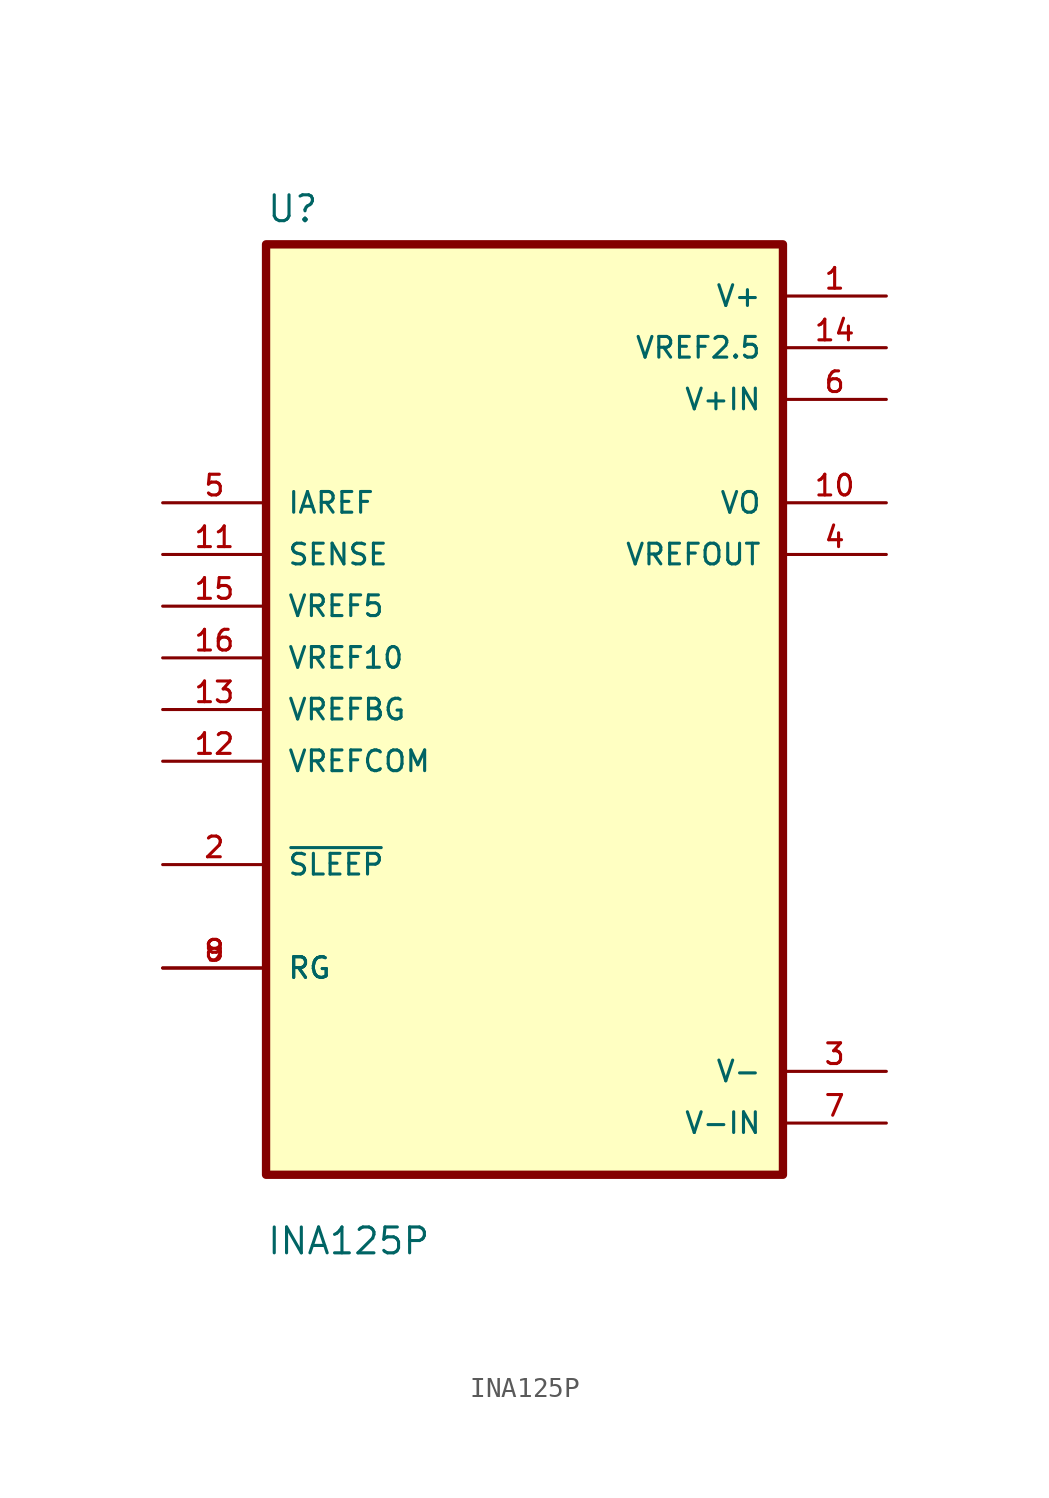
<source format=kicad_sym>
(kicad_symbol_lib
  (version 20231120)
  (generator "kicad_symbol_editor")
  (generator_version "8.0")
  (symbol "INA125P"
    (pin_names
      (offset 1.016))
    (property "Reference" "U"
      (at -12.7 23.86 0)
      (effects (font (size 1.27 1.27)) (justify left bottom)))
    (property "Value" "INA125P"
      (at -12.7 -26.86 0)
      (effects (font (size 1.27 1.27)) (justify left bottom)))
    (symbol "INA125P_0_0"
      (rectangle (start -12.7 -22.86) (end 12.7 22.86) (stroke (width 0.41) (type default)) (fill (type background)))
      (pin power_in line (at 17.78 20.32 180) (length 5.08) (name "V+" (effects (font (size 1.016 1.016)))) (number "1" (effects (font (size 1.016 1.016)))))
      (pin output line (at 17.78 10.16 180) (length 5.08) (name "VO" (effects (font (size 1.016 1.016)))) (number "10" (effects (font (size 1.016 1.016)))))
      (pin input line (at -17.78 7.62 0) (length 5.08) (name "SENSE" (effects (font (size 1.016 1.016)))) (number "11" (effects (font (size 1.016 1.016)))))
      (pin input line (at -17.78 -2.54 0) (length 5.08) (name "VREFCOM" (effects (font (size 1.016 1.016)))) (number "12" (effects (font (size 1.016 1.016)))))
      (pin input line (at -17.78 0 0) (length 5.08) (name "VREFBG" (effects (font (size 1.016 1.016)))) (number "13" (effects (font (size 1.016 1.016)))))
      (pin power_in line (at 17.78 17.78 180) (length 5.08) (name "VREF2.5" (effects (font (size 1.016 1.016)))) (number "14" (effects (font (size 1.016 1.016)))))
      (pin input line (at -17.78 5.08 0) (length 5.08) (name "VREF5" (effects (font (size 1.016 1.016)))) (number "15" (effects (font (size 1.016 1.016)))))
      (pin input line (at -17.78 2.54 0) (length 5.08) (name "VREF10" (effects (font (size 1.016 1.016)))) (number "16" (effects (font (size 1.016 1.016)))))
      (pin bidirectional line (at -17.78 -7.62 0) (length 5.08) (name "~{SLEEP}" (effects (font (size 1.016 1.016)))) (number "2" (effects (font (size 1.016 1.016)))))
      (pin power_in line (at 17.78 -17.78 180) (length 5.08) (name "V-" (effects (font (size 1.016 1.016)))) (number "3" (effects (font (size 1.016 1.016)))))
      (pin output line (at 17.78 7.62 180) (length 5.08) (name "VREFOUT" (effects (font (size 1.016 1.016)))) (number "4" (effects (font (size 1.016 1.016)))))
      (pin input line (at -17.78 10.16 0) (length 5.08) (name "IAREF" (effects (font (size 1.016 1.016)))) (number "5" (effects (font (size 1.016 1.016)))))
      (pin power_in line (at 17.78 15.24 180) (length 5.08) (name "V+IN" (effects (font (size 1.016 1.016)))) (number "6" (effects (font (size 1.016 1.016)))))
      (pin power_in line (at 17.78 -20.32 180) (length 5.08) (name "V-IN" (effects (font (size 1.016 1.016)))) (number "7" (effects (font (size 1.016 1.016)))))
      (pin bidirectional line (at -17.78 -12.7 0) (length 5.08) (name "RG" (effects (font (size 1.016 1.016)))) (number "8" (effects (font (size 1.016 1.016)))))
      (pin bidirectional line (at -17.78 -12.7 0) (length 5.08) (name "RG" (effects (font (size 1.016 1.016)))) (number "9" (effects (font (size 1.016 1.016))))))))
</source>
